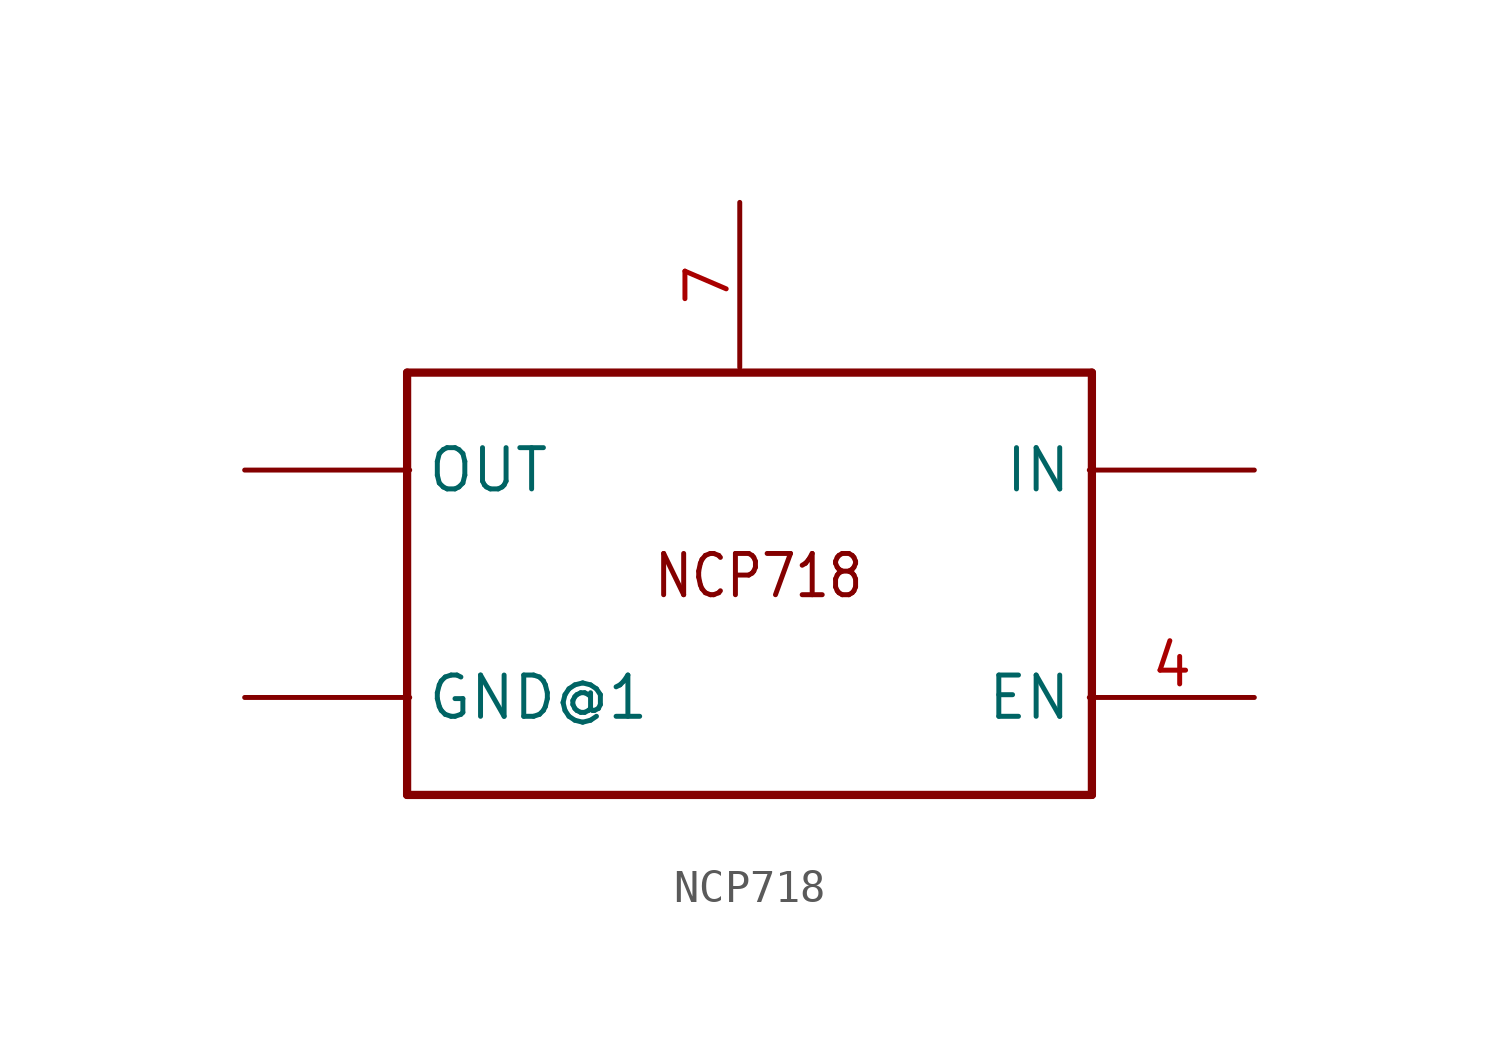
<source format=kicad_sym>
(kicad_symbol_lib
  (version 20211014)
  (generator kicad_symbol_editor)
  (symbol "NCP718"
    (property "Reference" ""
      (at 0 0 0)
      (effects (font (size 1.27 1.27)) hide))
    (property "ki_locked" ""
      (at 0 0 0)
      (effects (font (size 1.27 1.27))))
    (symbol "NCP718_1_0"
      (polyline (pts (xy -14 -7) (xy 7.08 -7)) (stroke (width 0.254) (type default) (color 0 0 0 0)) (fill (type none)))
      (polyline (pts (xy -14 6) (xy -14 -7)) (stroke (width 0.254) (type default) (color 0 0 0 0)) (fill (type none)))
      (polyline (pts (xy 7.08 -7) (xy 7.08 6)) (stroke (width 0.254) (type default) (color 0 0 0 0)) (fill (type none)))
      (polyline (pts (xy 7.08 6) (xy -14 6)) (stroke (width 0.254) (type default) (color 0 0 0 0)) (fill (type none)))
      (text "NCP718" (at -6.46 -1 0) (effects (font (size 1.27 1.079)) (justify left bottom)))
      (pin power_in line (at -19 3 0) (length 5.08) (name "OUT" (effects (font (size 1.27 1.27)))) (number "1" (effects (font (size 0 0)))))
      (pin power_in line (at -19 -4 0) (length 5.08) (name "GND@1" (effects (font (size 1.27 1.27)))) (number "3" (effects (font (size 0 0)))))
      (pin bidirectional line (at 12.08 -4 180) (length 5.08) (name "EN" (effects (font (size 1.27 1.27)))) (number "4" (effects (font (size 1.27 1.27)))))
      (pin power_in line (at 12.08 3 180) (length 5.08) (name "IN" (effects (font (size 1.27 1.27)))) (number "6" (effects (font (size 0 0)))))
      (pin power_in line (at -3.76 11.24 270) (length 5.08) (name "GND@2" (effects (font (size 0 0)))) (number "7" (effects (font (size 1.27 1.27))))))))
</source>
